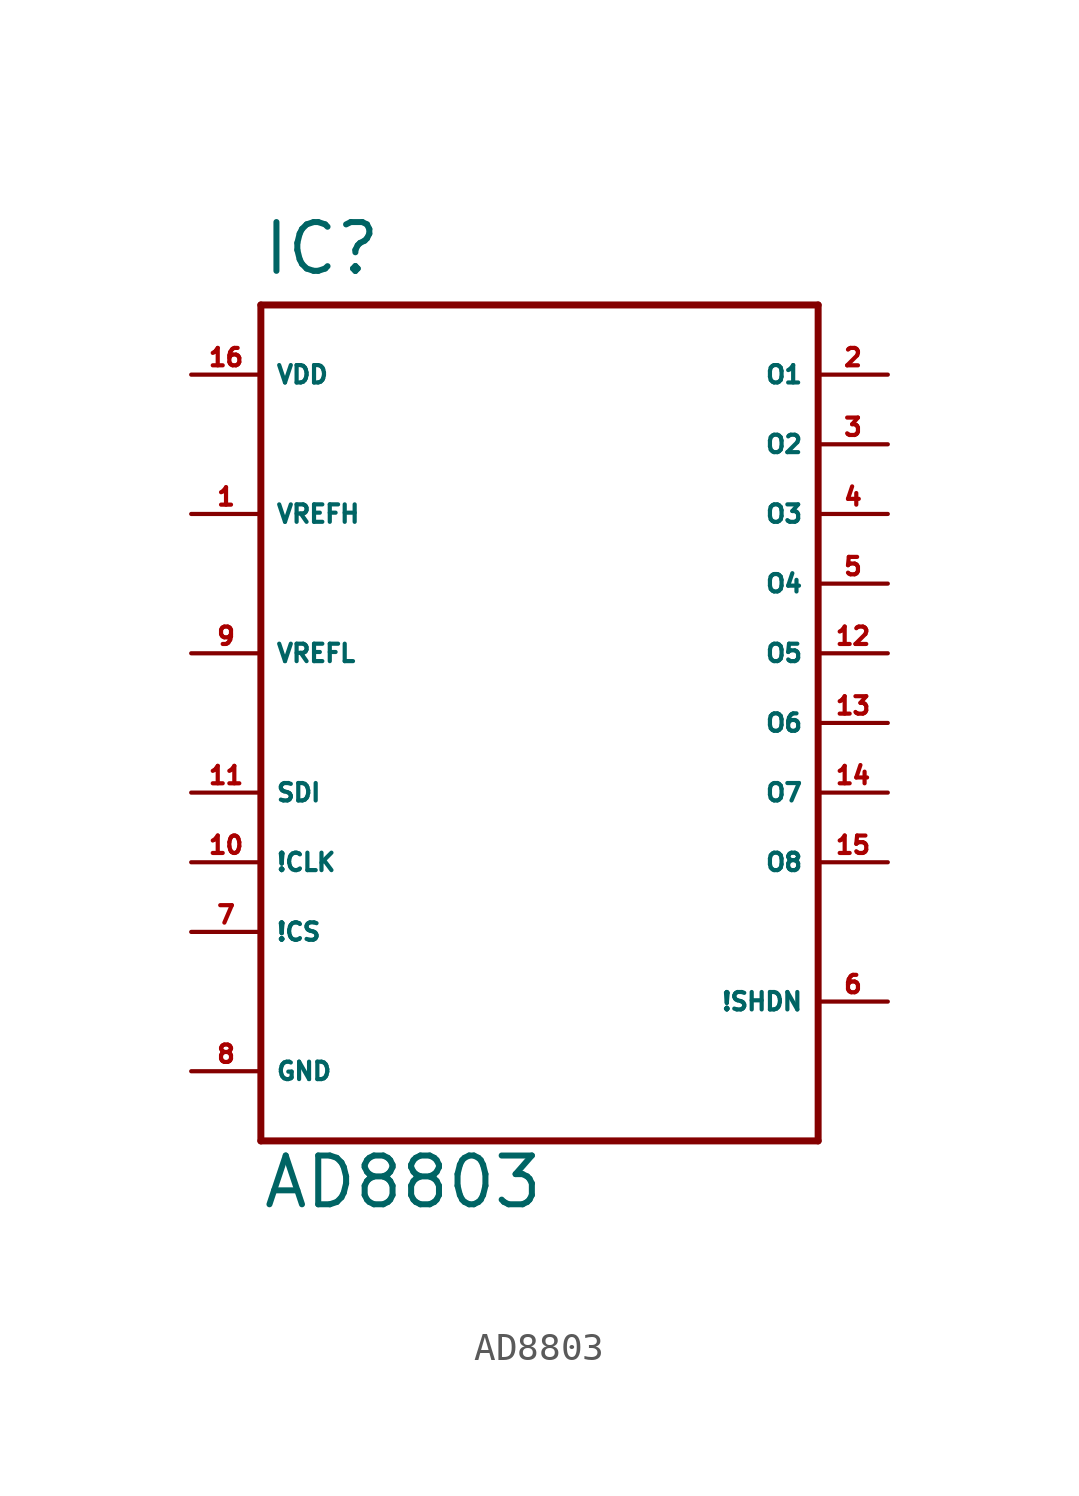
<source format=kicad_sym>
(kicad_symbol_lib
  (version 20220914)
  (generator Eagle2Kicad)
  (symbol "AD8803"
    (property "Reference" "IC"
      (at -10.16 16.256 0)
      (effects (font (size 1.778 1.778) (thickness 0.22)) (justify left bottom)))
    (property "Value" "AD8803"
      (at -10.16 -17.78 0)
      (effects (font (size 1.778 1.778) (thickness 0.22)) (justify left bottom)))
    (polyline
      (pts (xy -10.16 15.24) (xy 10.16 15.24))
      (stroke (width 0.254) (type default))
      (fill (type none)))
    (polyline
      (pts (xy 10.16 15.24) (xy 10.16 -15.24))
      (stroke (width 0.254) (type default))
      (fill (type none)))
    (polyline
      (pts (xy 10.16 -15.24) (xy -10.16 -15.24))
      (stroke (width 0.254) (type default))
      (fill (type none)))
    (polyline
      (pts (xy -10.16 -15.24) (xy -10.16 15.24))
      (stroke (width 0.254) (type default))
      (fill (type none)))
    (pin output line
      (at 12.7 12.7 180)
      (length 2.54)
      (name "O1" (effects (font (size 0.635 0.635) (thickness 0.08)) (justify left bottom)))
      (number "2" (effects (font (size 0.635 0.635) (thickness 0.08)) (justify left bottom))))
    (pin output line
      (at 12.7 10.16 180)
      (length 2.54)
      (name "O2" (effects (font (size 0.635 0.635) (thickness 0.08)) (justify left bottom)))
      (number "3" (effects (font (size 0.635 0.635) (thickness 0.08)) (justify left bottom))))
    (pin output line
      (at 12.7 7.62 180)
      (length 2.54)
      (name "O3" (effects (font (size 0.635 0.635) (thickness 0.08)) (justify left bottom)))
      (number "4" (effects (font (size 0.635 0.635) (thickness 0.08)) (justify left bottom))))
    (pin output line
      (at 12.7 5.08 180)
      (length 2.54)
      (name "O4" (effects (font (size 0.635 0.635) (thickness 0.08)) (justify left bottom)))
      (number "5" (effects (font (size 0.635 0.635) (thickness 0.08)) (justify left bottom))))
    (pin output line
      (at 12.7 2.54 180)
      (length 2.54)
      (name "O5" (effects (font (size 0.635 0.635) (thickness 0.08)) (justify left bottom)))
      (number "12" (effects (font (size 0.635 0.635) (thickness 0.08)) (justify left bottom))))
    (pin output line
      (at 12.7 0 180)
      (length 2.54)
      (name "O6" (effects (font (size 0.635 0.635) (thickness 0.08)) (justify left bottom)))
      (number "13" (effects (font (size 0.635 0.635) (thickness 0.08)) (justify left bottom))))
    (pin output line
      (at 12.7 -2.54 180)
      (length 2.54)
      (name "O7" (effects (font (size 0.635 0.635) (thickness 0.08)) (justify left bottom)))
      (number "14" (effects (font (size 0.635 0.635) (thickness 0.08)) (justify left bottom))))
    (pin output line
      (at 12.7 -5.08 180)
      (length 2.54)
      (name "O8" (effects (font (size 0.635 0.635) (thickness 0.08)) (justify left bottom)))
      (number "15" (effects (font (size 0.635 0.635) (thickness 0.08)) (justify left bottom))))
    (pin input line
      (at 12.7 -10.16 180)
      (length 2.54)
      (name "!SHDN" (effects (font (size 0.635 0.635) (thickness 0.08)) (justify left bottom)))
      (number "6" (effects (font (size 0.635 0.635) (thickness 0.08)) (justify left bottom))))
    (pin input line
      (at -12.7 -7.62 0)
      (length 2.54)
      (name "!CS" (effects (font (size 0.635 0.635) (thickness 0.08)) (justify left bottom)))
      (number "7" (effects (font (size 0.635 0.635) (thickness 0.08)) (justify left bottom))))
    (pin input line
      (at -12.7 -5.08 0)
      (length 2.54)
      (name "!CLK" (effects (font (size 0.635 0.635) (thickness 0.08)) (justify left bottom)))
      (number "10" (effects (font (size 0.635 0.635) (thickness 0.08)) (justify left bottom))))
    (pin input line
      (at -12.7 -2.54 0)
      (length 2.54)
      (name "SDI" (effects (font (size 0.635 0.635) (thickness 0.08)) (justify left bottom)))
      (number "11" (effects (font (size 0.635 0.635) (thickness 0.08)) (justify left bottom))))
    (pin input line
      (at -12.7 7.62 0)
      (length 2.54)
      (name "VREFH" (effects (font (size 0.635 0.635) (thickness 0.08)) (justify left bottom)))
      (number "1" (effects (font (size 0.635 0.635) (thickness 0.08)) (justify left bottom))))
    (pin input line
      (at -12.7 2.54 0)
      (length 2.54)
      (name "VREFL" (effects (font (size 0.635 0.635) (thickness 0.08)) (justify left bottom)))
      (number "9" (effects (font (size 0.635 0.635) (thickness 0.08)) (justify left bottom))))
    (pin unspecified line
      (at -12.7 12.7 0)
      (length 2.54)
      (name "VDD" (effects (font (size 0.635 0.635) (thickness 0.08)) (justify left bottom)))
      (number "16" (effects (font (size 0.635 0.635) (thickness 0.08)) (justify left bottom))))
    (pin unspecified line
      (at -12.7 -12.7 0)
      (length 2.54)
      (name "GND" (effects (font (size 0.635 0.635) (thickness 0.08)) (justify left bottom)))
      (number "8" (effects (font (size 0.635 0.635) (thickness 0.08)) (justify left bottom))))))
</source>
